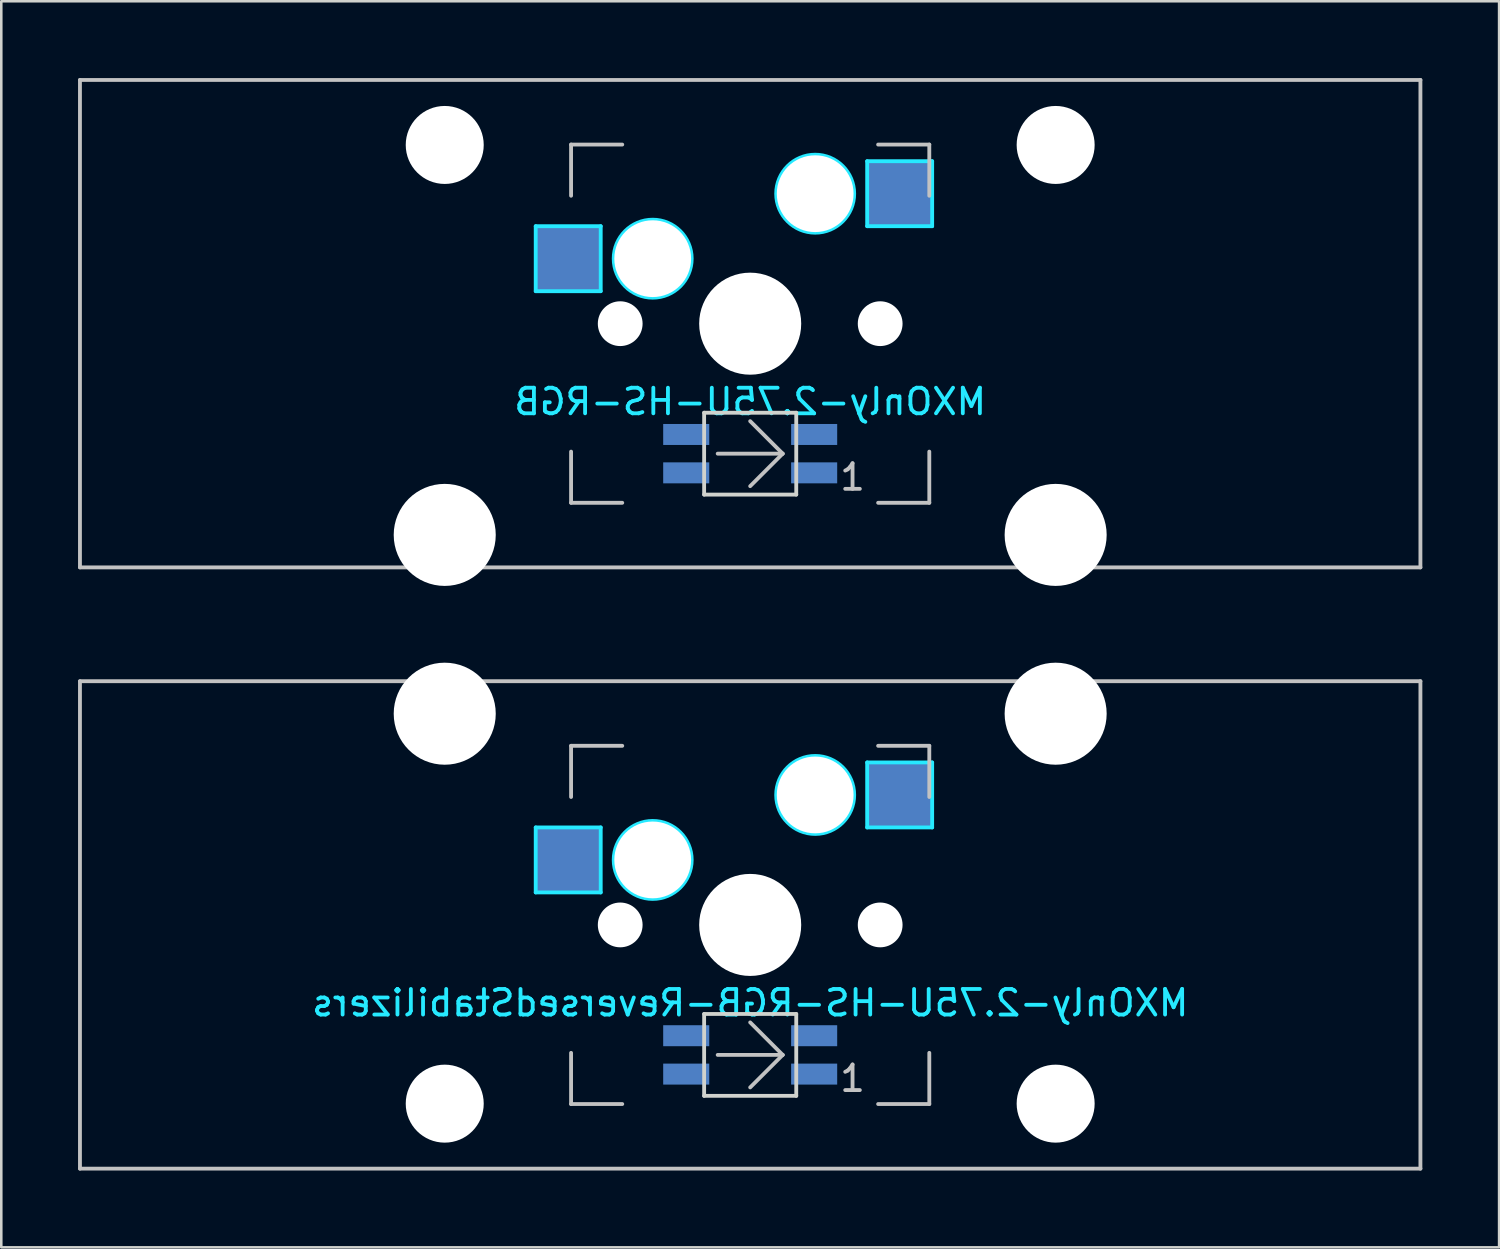
<source format=kicad_pcb>
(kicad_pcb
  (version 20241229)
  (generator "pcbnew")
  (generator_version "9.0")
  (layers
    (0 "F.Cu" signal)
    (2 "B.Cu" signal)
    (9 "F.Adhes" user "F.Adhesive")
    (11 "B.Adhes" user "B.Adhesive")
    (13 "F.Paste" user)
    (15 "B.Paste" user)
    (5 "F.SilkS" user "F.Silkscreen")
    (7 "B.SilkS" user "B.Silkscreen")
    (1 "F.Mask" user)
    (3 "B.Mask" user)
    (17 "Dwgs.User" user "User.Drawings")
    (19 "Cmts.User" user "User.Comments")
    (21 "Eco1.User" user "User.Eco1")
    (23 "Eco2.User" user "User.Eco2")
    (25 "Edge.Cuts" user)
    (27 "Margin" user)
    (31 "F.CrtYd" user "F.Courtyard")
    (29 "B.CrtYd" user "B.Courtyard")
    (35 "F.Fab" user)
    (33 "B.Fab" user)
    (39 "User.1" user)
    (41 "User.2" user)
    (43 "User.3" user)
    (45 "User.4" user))
  (footprint "MXOnly-2.75U-HS-RGB-ReversedStabilizers"
    (layer "F.Cu")
    (at 26.269 33.098)
    (property "Reference" "MXOnly-2.75U-HS-RGB-ReversedStabilizers" (at 0 3.048 0) (layer "B.CrtYd") (effects (font (size 1 1) (thickness 0.15)) (justify mirror)))
    (attr smd)
    (fp_line (start -26.194 -9.525) (end 26.194 -9.525) (stroke (width 0.15) (type solid)) (layer "Dwgs.User"))
    (fp_line (start -26.194 9.525) (end -26.194 -9.525) (stroke (width 0.15) (type solid)) (layer "Dwgs.User"))
    (fp_line (start -7 -7) (end -7 -5) (stroke (width 0.15) (type solid)) (layer "Dwgs.User"))
    (fp_line (start -7 5) (end -7 7) (stroke (width 0.15) (type solid)) (layer "Dwgs.User"))
    (fp_line (start -7 7) (end -5 7) (stroke (width 0.15) (type solid)) (layer "Dwgs.User"))
    (fp_line (start -5 -7) (end -7 -7) (stroke (width 0.15) (type solid)) (layer "Dwgs.User"))
    (fp_line (start -1.27 5.08) (end 1.27 5.08) (stroke (width 0.15) (type solid)) (layer "Dwgs.User"))
    (fp_line (start 1.27 5.08) (end 0 3.81) (stroke (width 0.15) (type solid)) (layer "Dwgs.User"))
    (fp_line (start 1.27 5.08) (end 0 6.35) (stroke (width 0.15) (type solid)) (layer "Dwgs.User"))
    (fp_line (start 5 -7) (end 7 -7) (stroke (width 0.15) (type solid)) (layer "Dwgs.User"))
    (fp_line (start 5 7) (end 7 7) (stroke (width 0.15) (type solid)) (layer "Dwgs.User"))
    (fp_line (start 7 -7) (end 7 -5) (stroke (width 0.15) (type solid)) (layer "Dwgs.User"))
    (fp_line (start 7 7) (end 7 5) (stroke (width 0.15) (type solid)) (layer "Dwgs.User"))
    (fp_line (start 26.194 -9.525) (end 26.194 9.525) (stroke (width 0.15) (type solid)) (layer "Dwgs.User"))
    (fp_line (start 26.194 9.525) (end -26.194 9.525) (stroke (width 0.15) (type solid)) (layer "Dwgs.User"))
    (fp_line (start -1.8 3.48) (end -1.8 6.68) (stroke (width 0.15) (type solid)) (layer "Edge.Cuts"))
    (fp_line (start -1.8 3.48) (end 1.8 3.48) (stroke (width 0.15) (type solid)) (layer "Edge.Cuts"))
    (fp_line (start 1.8 3.48) (end 1.8 6.68) (stroke (width 0.15) (type solid)) (layer "Edge.Cuts"))
    (fp_line (start 1.8 6.68) (end -1.8 6.68) (stroke (width 0.15) (type solid)) (layer "Edge.Cuts"))
    (fp_line (start -8.382 -3.81) (end -5.842 -3.81) (stroke (width 0.15) (type solid)) (layer "B.CrtYd"))
    (fp_line (start -8.382 -1.27) (end -8.382 -3.81) (stroke (width 0.15) (type solid)) (layer "B.CrtYd"))
    (fp_line (start -5.842 -3.81) (end -5.842 -1.27) (stroke (width 0.15) (type solid)) (layer "B.CrtYd"))
    (fp_line (start -5.842 -1.27) (end -8.382 -1.27) (stroke (width 0.15) (type solid)) (layer "B.CrtYd"))
    (fp_line (start 4.572 -6.35) (end 7.112 -6.35) (stroke (width 0.15) (type solid)) (layer "B.CrtYd"))
    (fp_line (start 4.572 -3.81) (end 4.572 -6.35) (stroke (width 0.15) (type solid)) (layer "B.CrtYd"))
    (fp_line (start 7.112 -6.35) (end 7.112 -3.81) (stroke (width 0.15) (type solid)) (layer "B.CrtYd"))
    (fp_line (start 7.112 -3.81) (end 4.572 -3.81) (stroke (width 0.15) (type solid)) (layer "B.CrtYd"))
    (fp_circle (center -3.81 -2.54) (end -3.81 -4.064) (stroke (width 0.15) (type solid)) (fill no) (layer "B.CrtYd"))
    (fp_circle (center 2.54 -5.08) (end 2.54 -6.604) (stroke (width 0.15) (type solid)) (fill no) (layer "B.CrtYd"))
    (fp_text user "1" (at 4 6 0) (layer "Dwgs.User") (effects (font (size 1 1) (thickness 0.15))))
    (pad "" np_thru_hole circle (at -11.938 -8.255) (size 3.988 3.988) (drill 3.988) (layers "*.Cu" "*.Mask"))
    (pad "" np_thru_hole circle (at -11.938 6.985) (size 3.048 3.048) (drill 3.048) (layers "*.Cu" "*.Mask"))
    (pad "" np_thru_hole circle (at -5.08 0 48.1) (size 1.75 1.75) (drill 1.75) (layers "*.Cu" "*.Mask"))
    (pad "" np_thru_hole circle (at -3.81 -2.54) (size 3 3) (drill 3) (layers "*.Cu" "*.Mask"))
    (pad "" np_thru_hole circle (at 0 0) (size 3.988 3.988) (drill 3.988) (layers "*.Cu" "*.Mask"))
    (pad "" np_thru_hole circle (at 2.54 -5.08) (size 3 3) (drill 3) (layers "*.Cu" "*.Mask"))
    (pad "" np_thru_hole circle (at 5.08 0 48.1) (size 1.75 1.75) (drill 1.75) (layers "*.Cu" "*.Mask"))
    (pad "" np_thru_hole circle (at 11.938 -8.255) (size 3.988 3.988) (drill 3.988) (layers "*.Cu" "*.Mask"))
    (pad "" np_thru_hole circle (at 11.938 6.985) (size 3.048 3.048) (drill 3.048) (layers "*.Cu" "*.Mask"))
    (pad "1" smd rect (at -7.085 -2.54) (size 2.55 2.5) (layers "B.Cu" "B.Mask" "B.Paste"))
    (pad "2" smd rect (at 5.842 -5.08) (size 2.55 2.5) (layers "B.Cu" "B.Mask" "B.Paste"))
    (pad "3" smd rect (at 2.5 5.83) (size 1.8 0.82) (layers "B.Cu" "B.Mask" "B.Paste"))
    (pad "4" smd rect (at 2.5 4.33) (size 1.8 0.82) (layers "B.Cu" "B.Mask" "B.Paste"))
    (pad "5" smd rect (at -2.5 4.33) (size 1.8 0.82) (layers "B.Cu" "B.Mask" "B.Paste"))
    (pad "6" smd rect (at -2.5 5.83) (size 1.8 0.82) (layers "B.Cu" "B.Mask" "B.Paste")))
  (footprint "MXOnly-2.75U-HS-RGB"
    (layer "F.Cu")
    (at 26.269 9.6)
    (property "Reference" "MXOnly-2.75U-HS-RGB" (at 0 3.048 0) (layer "B.CrtYd") (effects (font (size 1 1) (thickness 0.15)) (justify mirror)))
    (attr smd)
    (fp_line (start -26.194 -9.525) (end 26.194 -9.525) (stroke (width 0.15) (type solid)) (layer "Dwgs.User"))
    (fp_line (start -26.194 9.525) (end -26.194 -9.525) (stroke (width 0.15) (type solid)) (layer "Dwgs.User"))
    (fp_line (start -7 -7) (end -7 -5) (stroke (width 0.15) (type solid)) (layer "Dwgs.User"))
    (fp_line (start -7 5) (end -7 7) (stroke (width 0.15) (type solid)) (layer "Dwgs.User"))
    (fp_line (start -7 7) (end -5 7) (stroke (width 0.15) (type solid)) (layer "Dwgs.User"))
    (fp_line (start -5 -7) (end -7 -7) (stroke (width 0.15) (type solid)) (layer "Dwgs.User"))
    (fp_line (start -1.27 5.08) (end 1.27 5.08) (stroke (width 0.15) (type solid)) (layer "Dwgs.User"))
    (fp_line (start 1.27 5.08) (end 0 3.81) (stroke (width 0.15) (type solid)) (layer "Dwgs.User"))
    (fp_line (start 1.27 5.08) (end 0 6.35) (stroke (width 0.15) (type solid)) (layer "Dwgs.User"))
    (fp_line (start 5 -7) (end 7 -7) (stroke (width 0.15) (type solid)) (layer "Dwgs.User"))
    (fp_line (start 5 7) (end 7 7) (stroke (width 0.15) (type solid)) (layer "Dwgs.User"))
    (fp_line (start 7 -7) (end 7 -5) (stroke (width 0.15) (type solid)) (layer "Dwgs.User"))
    (fp_line (start 7 7) (end 7 5) (stroke (width 0.15) (type solid)) (layer "Dwgs.User"))
    (fp_line (start 26.194 -9.525) (end 26.194 9.525) (stroke (width 0.15) (type solid)) (layer "Dwgs.User"))
    (fp_line (start 26.194 9.525) (end -26.194 9.525) (stroke (width 0.15) (type solid)) (layer "Dwgs.User"))
    (fp_line (start -1.8 3.48) (end -1.8 6.68) (stroke (width 0.15) (type solid)) (layer "Edge.Cuts"))
    (fp_line (start -1.8 3.48) (end 1.8 3.48) (stroke (width 0.15) (type solid)) (layer "Edge.Cuts"))
    (fp_line (start 1.8 3.48) (end 1.8 6.68) (stroke (width 0.15) (type solid)) (layer "Edge.Cuts"))
    (fp_line (start 1.8 6.68) (end -1.8 6.68) (stroke (width 0.15) (type solid)) (layer "Edge.Cuts"))
    (fp_line (start -8.382 -3.81) (end -5.842 -3.81) (stroke (width 0.15) (type solid)) (layer "B.CrtYd"))
    (fp_line (start -8.382 -1.27) (end -8.382 -3.81) (stroke (width 0.15) (type solid)) (layer "B.CrtYd"))
    (fp_line (start -5.842 -3.81) (end -5.842 -1.27) (stroke (width 0.15) (type solid)) (layer "B.CrtYd"))
    (fp_line (start -5.842 -1.27) (end -8.382 -1.27) (stroke (width 0.15) (type solid)) (layer "B.CrtYd"))
    (fp_line (start 4.572 -6.35) (end 7.112 -6.35) (stroke (width 0.15) (type solid)) (layer "B.CrtYd"))
    (fp_line (start 4.572 -3.81) (end 4.572 -6.35) (stroke (width 0.15) (type solid)) (layer "B.CrtYd"))
    (fp_line (start 7.112 -6.35) (end 7.112 -3.81) (stroke (width 0.15) (type solid)) (layer "B.CrtYd"))
    (fp_line (start 7.112 -3.81) (end 4.572 -3.81) (stroke (width 0.15) (type solid)) (layer "B.CrtYd"))
    (fp_circle (center -3.81 -2.54) (end -3.81 -4.064) (stroke (width 0.15) (type solid)) (fill no) (layer "B.CrtYd"))
    (fp_circle (center 2.54 -5.08) (end 2.54 -6.604) (stroke (width 0.15) (type solid)) (fill no) (layer "B.CrtYd"))
    (fp_text user "1" (at 4 6 0) (layer "Dwgs.User") (effects (font (size 1 1) (thickness 0.15))))
    (pad "" np_thru_hole circle (at -11.938 -6.985) (size 3.048 3.048) (drill 3.048) (layers "*.Cu" "*.Mask"))
    (pad "" np_thru_hole circle (at -11.938 8.255) (size 3.988 3.988) (drill 3.988) (layers "*.Cu" "*.Mask"))
    (pad "" np_thru_hole circle (at -5.08 0 48.1) (size 1.75 1.75) (drill 1.75) (layers "*.Cu" "*.Mask"))
    (pad "" np_thru_hole circle (at -3.81 -2.54) (size 3 3) (drill 3) (layers "*.Cu" "*.Mask"))
    (pad "" np_thru_hole circle (at 0 0) (size 3.988 3.988) (drill 3.988) (layers "*.Cu" "*.Mask"))
    (pad "" np_thru_hole circle (at 2.54 -5.08) (size 3 3) (drill 3) (layers "*.Cu" "*.Mask"))
    (pad "" np_thru_hole circle (at 5.08 0 48.1) (size 1.75 1.75) (drill 1.75) (layers "*.Cu" "*.Mask"))
    (pad "" np_thru_hole circle (at 11.938 -6.985) (size 3.048 3.048) (drill 3.048) (layers "*.Cu" "*.Mask"))
    (pad "" np_thru_hole circle (at 11.938 8.255) (size 3.988 3.988) (drill 3.988) (layers "*.Cu" "*.Mask"))
    (pad "1" smd rect (at -7.085 -2.54) (size 2.55 2.5) (layers "B.Cu" "B.Mask" "B.Paste"))
    (pad "2" smd rect (at 5.842 -5.08) (size 2.55 2.5) (layers "B.Cu" "B.Mask" "B.Paste"))
    (pad "3" smd rect (at 2.5 5.83) (size 1.8 0.82) (layers "B.Cu" "B.Mask" "B.Paste"))
    (pad "4" smd rect (at 2.5 4.33) (size 1.8 0.82) (layers "B.Cu" "B.Mask" "B.Paste"))
    (pad "5" smd rect (at -2.5 4.33) (size 1.8 0.82) (layers "B.Cu" "B.Mask" "B.Paste"))
    (pad "6" smd rect (at -2.5 5.83) (size 1.8 0.82) (layers "B.Cu" "B.Mask" "B.Paste")))
  (gr_rect
    (start -3 -3)
    (end 55.538 45.698)
    (stroke (width 0.1) (type default))
    (fill no)
    (layer "Edge.Cuts")))
</source>
